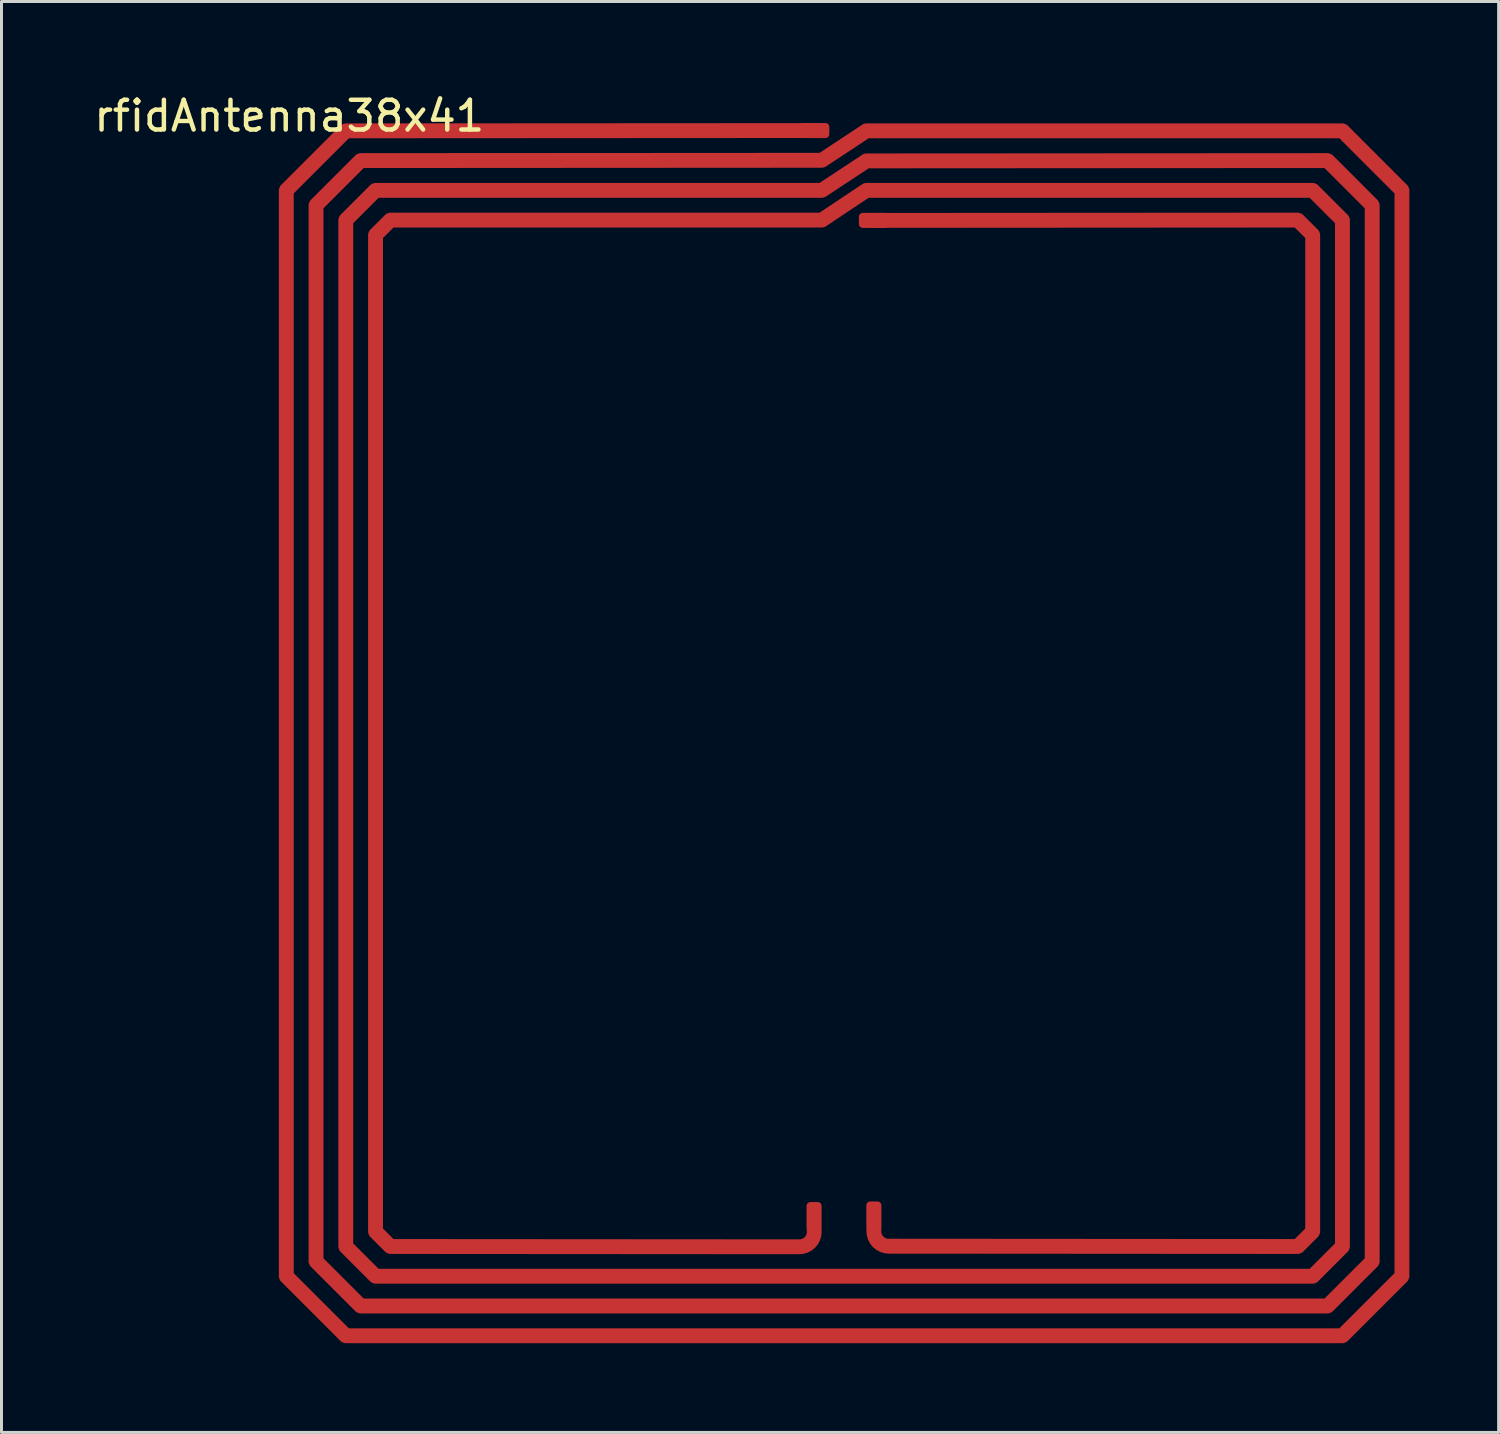
<source format=kicad_pcb>
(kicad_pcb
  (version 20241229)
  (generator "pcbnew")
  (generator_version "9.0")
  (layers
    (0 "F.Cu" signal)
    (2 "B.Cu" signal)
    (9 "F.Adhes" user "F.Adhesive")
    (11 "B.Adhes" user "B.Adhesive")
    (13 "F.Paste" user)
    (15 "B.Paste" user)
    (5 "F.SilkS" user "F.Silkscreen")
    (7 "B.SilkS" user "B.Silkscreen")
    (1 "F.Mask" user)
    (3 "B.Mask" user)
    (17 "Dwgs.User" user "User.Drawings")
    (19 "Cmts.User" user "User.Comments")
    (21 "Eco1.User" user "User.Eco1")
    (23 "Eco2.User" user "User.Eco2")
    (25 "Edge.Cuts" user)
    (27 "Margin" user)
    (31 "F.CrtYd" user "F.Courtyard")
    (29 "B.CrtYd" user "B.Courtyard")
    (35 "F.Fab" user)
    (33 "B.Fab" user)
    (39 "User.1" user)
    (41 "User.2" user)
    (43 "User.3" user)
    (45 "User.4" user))
  (footprint "rfidAntenna38x41"
    (layer "F.Cu")
    (at 6.573 1.348)
    (property "Reference" "rfidAntenna38x41" (at 0.1 -0.5 0) (unlocked yes) (layer "F.SilkS") (effects (font (size 1 1) (thickness 0.15))))
    (pad "1" smd custom (at 17.74 36.51) (size 0.505 0.505) (layers "F.Cu" "F.Paste") (options (anchor circle)) (primitives (gr_poly (pts (xy -0.253 -0.377) (xy -0.243 -0.425) (xy -0.216 -0.466) (xy -0.175 -0.493) (xy -0.126 -0.503) (xy 0.126 -0.503) (xy 0.175 -0.493) (xy 0.216 -0.466) (xy 0.243 -0.425) (xy 0.253 -0.377) (xy 0.253 0.377) (xy 0.243 0.425) (xy 0.216 0.466) (xy 0.175 0.493) (xy 0.126 0.503) (xy -0.126 0.503) (xy -0.175 0.493) (xy -0.216 0.466) (xy -0.243 0.425) (xy -0.253 0.377)) (width 0) (fill yes)) (gr_line (start 0.005 0.495) (end 0 0) (width 0.5)) (gr_arc (start 0.004946 0.494645) (mid -0.139865 0.851522) (end -0.49538 0.999645) (width 0.5)) (gr_line (start -0.495 1) (end -14.24 0.99) (width 0.5)) (gr_line (start -14.74 0.49) (end -14.24 0.99) (width 0.5)) (gr_line (start -14.74 0.49) (end -14.74 -33.01) (width 0.5)) (gr_line (start -14.74 -33.01) (end -14.24 -33.51) (width 0.5)) (gr_line (start -14.24 -33.51) (end 0.26 -33.51) (width 0.5)) (gr_line (start 0.26 -33.51) (end 1.76 -34.51) (width 0.5)) (gr_line (start 1.76 -34.51) (end 16.76 -34.51) (width 0.5)) (gr_line (start 16.76 -34.51) (end 17.76 -33.51) (width 0.5)) (gr_line (start 17.76 -33.51) (end 17.76 0.99) (width 0.5)) (gr_line (start 16.76 1.99) (end 17.76 0.99) (width 0.5)) (gr_line (start 16.76 1.99) (end -14.74 1.99) (width 0.5)) (gr_line (start -15.74 0.99) (end -14.74 1.99) (width 0.5)) (gr_line (start -15.74 0.99) (end -15.74 -33.51) (width 0.5)) (gr_line (start -15.74 -33.51) (end -14.74 -34.51) (width 0.5)) (gr_line (start -14.74 -34.51) (end 0.26 -34.51) (width 0.5)) (gr_line (start 0.26 -34.51) (end 1.76 -35.5) (width 0.5)) (gr_line (start 1.76 -35.5) (end 17.26 -35.51) (width 0.5)) (gr_line (start 17.26 -35.51) (end 18.76 -34.01) (width 0.5)) (gr_line (start 18.76 -34.01) (end 18.76 1.49) (width 0.5)) (gr_line (start 17.26 2.99) (end 18.76 1.49) (width 0.5)) (gr_line (start 17.26 2.99) (end -15.24 2.99) (width 0.5)) (gr_line (start -16.74 1.49) (end -15.24 2.99) (width 0.5)) (gr_line (start -16.74 1.49) (end -16.74 -34.01) (width 0.5)) (gr_line (start -16.74 -34.01) (end -15.24 -35.51) (width 0.5)) (gr_line (start -15.24 -35.51) (end 0.26 -35.52) (width 0.5)) (gr_line (start 0.26 -35.52) (end 1.76 -36.51) (width 0.5)) (gr_line (start 1.76 -36.51) (end 17.76 -36.51) (width 0.5)) (gr_line (start 17.76 -36.51) (end 19.76 -34.51) (width 0.5)) (gr_line (start 19.76 -34.51) (end 19.76 1.99) (width 0.5)) (gr_line (start 17.76 3.99) (end 19.76 1.99) (width 0.5)) (gr_line (start 17.76 3.99) (end -15.74 3.99) (width 0.5)) (gr_line (start -17.74 1.99) (end -15.74 3.99) (width 0.5)) (gr_line (start -17.74 1.99) (end -17.74 -34.51) (width 0.5)) (gr_line (start -17.74 -34.51) (end -15.74 -36.51) (width 0.5)) (gr_line (start -15.74 -36.51) (end 0.01 -36.52) (width 0.5))))
    (pad "1" smd roundrect (at 17.75 -0.01 90) (size 0.505 1.006) (layers "F.Cu" "F.Paste") (roundrect_rratio 0.25))
    (pad "2" smd roundrect (at 19.75 3.01 90) (size 0.505 1.006) (layers "F.Cu" "F.Paste") (roundrect_rratio 0.25))
    (pad "2" smd custom (at 19.75 36.49) (size 0.505 0.505) (layers "F.Cu" "F.Paste") (options (anchor circle)) (primitives (gr_poly (pts (xy -0.253 -0.377) (xy -0.243 -0.425) (xy -0.216 -0.466) (xy -0.175 -0.493) (xy -0.126 -0.503) (xy 0.126 -0.503) (xy 0.175 -0.493) (xy 0.216 -0.466) (xy 0.243 -0.425) (xy 0.253 -0.377) (xy 0.253 0.377) (xy 0.243 0.425) (xy 0.216 0.466) (xy 0.175 0.493) (xy 0.126 0.503) (xy -0.126 0.503) (xy -0.175 0.493) (xy -0.216 0.466) (xy -0.243 0.425) (xy -0.253 0.377)) (width 0) (fill yes)) (gr_arc (start 0.499649 1.000351) (mid 0.146312 0.853791) (end 0 0.500351) (width 0.5)) (gr_line (start 14.25 1.01) (end 0.5 1) (width 0.5)) (gr_line (start 14.25 1.01) (end 14.75 0.51) (width 0.5)) (gr_line (start 14.75 -32.99) (end 14.75 0.51) (width 0.5)) (gr_line (start 14.25 -33.49) (end 14.75 -32.99) (width 0.5)) (gr_line (start 0 -33.48) (end 14.25 -33.49) (width 0.5)) (gr_line (start 0 0.5) (end 0 0) (width 0.5)))))
  (gr_rect
    (start -3 -3)
    (end 47.323 45.098)
    (stroke (width 0.1) (type default))
    (fill no)
    (layer "Edge.Cuts")))
</source>
